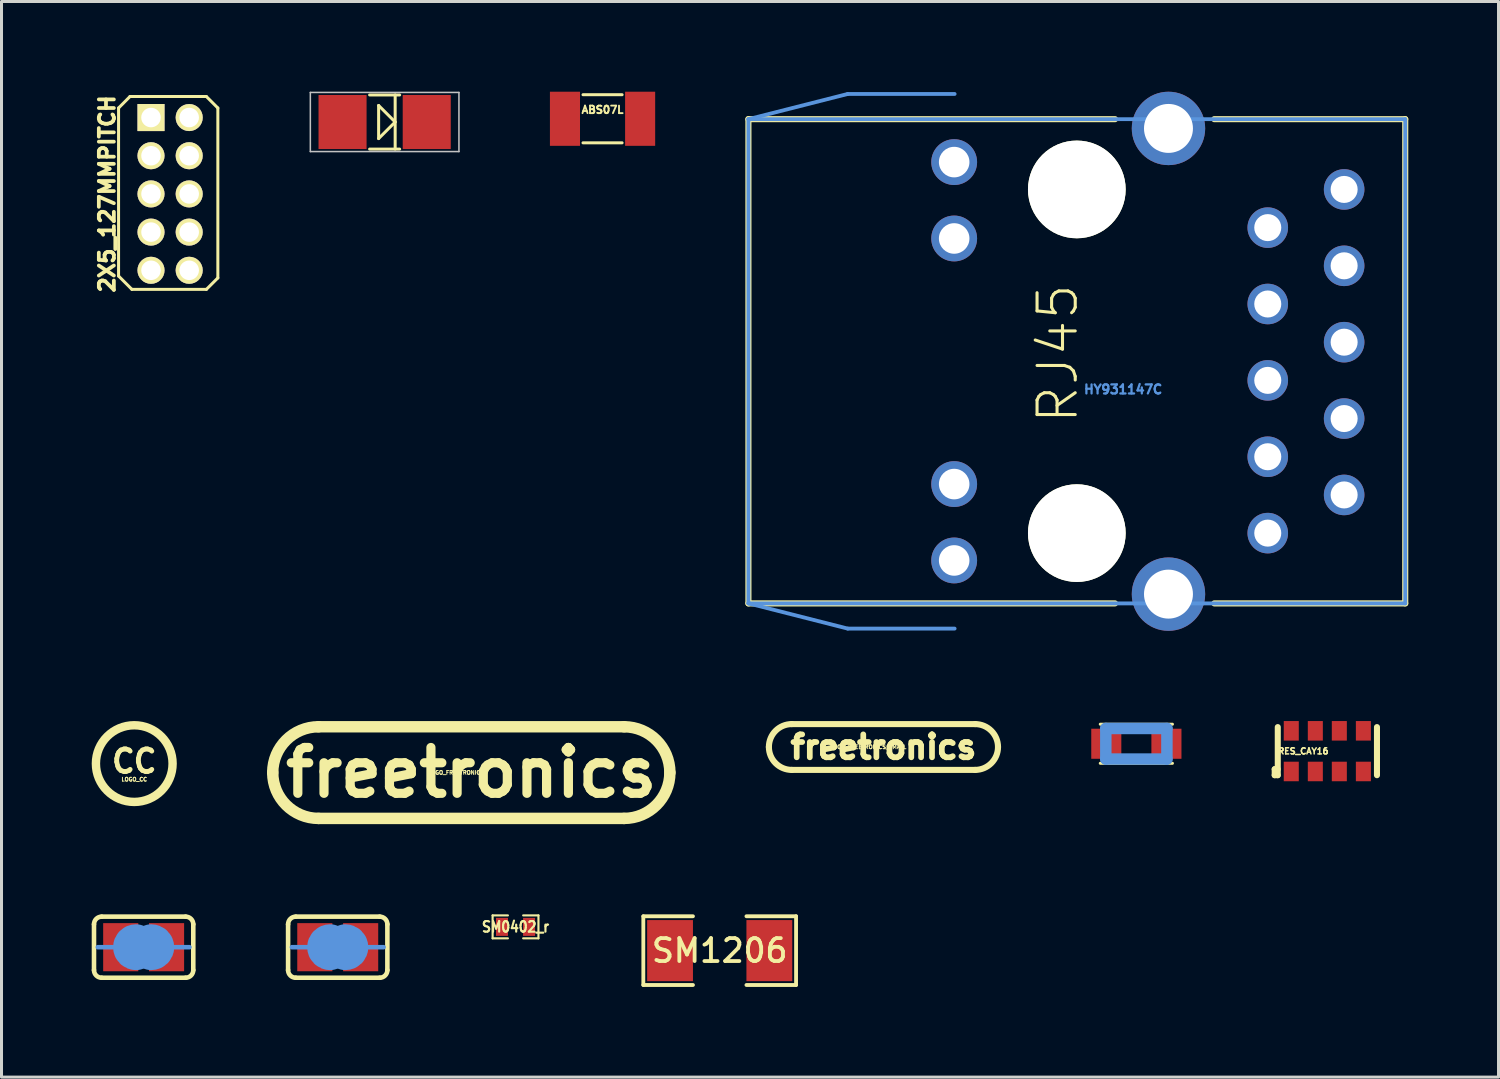
<source format=kicad_pcb>
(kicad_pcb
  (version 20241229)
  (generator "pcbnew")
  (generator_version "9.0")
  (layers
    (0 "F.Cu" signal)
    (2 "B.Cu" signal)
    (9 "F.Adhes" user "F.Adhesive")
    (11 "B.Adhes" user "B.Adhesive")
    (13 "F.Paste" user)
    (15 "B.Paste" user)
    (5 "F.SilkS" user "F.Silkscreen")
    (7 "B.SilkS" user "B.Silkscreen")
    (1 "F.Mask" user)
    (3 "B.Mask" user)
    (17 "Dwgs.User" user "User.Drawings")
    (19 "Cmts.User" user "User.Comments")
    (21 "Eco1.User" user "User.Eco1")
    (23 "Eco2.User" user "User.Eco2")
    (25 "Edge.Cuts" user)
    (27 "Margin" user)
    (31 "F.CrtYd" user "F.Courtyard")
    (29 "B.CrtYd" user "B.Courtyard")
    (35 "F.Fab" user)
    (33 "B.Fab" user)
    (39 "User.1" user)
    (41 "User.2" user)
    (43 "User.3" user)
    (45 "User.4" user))
  (footprint "SJ_SHORTED"
    (layer "F.Cu")
    (at 8.182 28.451)
    (property "Reference" "SJ_SHORTED" (at 0 -0.5 0) (layer "Eco1.User") (effects (font (size 0.254 0.254) (thickness 0.064))))
    (attr through_hole)
    (fp_line (start -0.762 0) (end 0.762 0) (stroke (width 0.381) (type solid)) (layer "F.Cu"))
    (fp_line (start -0.762 0) (end 0.762 0) (stroke (width 0.381) (type solid)) (layer "F.Mask"))
    (fp_line (start -1.651 0.762) (end -1.651 -0.762) (stroke (width 0.152) (type solid)) (layer "F.SilkS"))
    (fp_line (start -1.397 -1.016) (end 1.397 -1.016) (stroke (width 0.152) (type solid)) (layer "F.SilkS"))
    (fp_line (start 1.397 1.016) (end -1.397 1.016) (stroke (width 0.152) (type solid)) (layer "F.SilkS"))
    (fp_line (start 1.651 0.762) (end 1.651 -0.762) (stroke (width 0.152) (type solid)) (layer "F.SilkS"))
    (fp_arc (start -1.651 -0.762) (mid -1.576605 -0.941605) (end -1.397 -1.016) (stroke (width 0.1524) (type solid)) (layer "F.SilkS"))
    (fp_arc (start -1.397 1.016) (mid -1.576605 0.941605) (end -1.651 0.762) (stroke (width 0.1524) (type solid)) (layer "F.SilkS"))
    (fp_arc (start 1.397 -1.016) (mid 1.576605 -0.941605) (end 1.651 -0.762) (stroke (width 0.1524) (type solid)) (layer "F.SilkS"))
    (fp_arc (start 1.651 0.762) (mid 1.576605 0.941605) (end 1.397 1.016) (stroke (width 0.1524) (type solid)) (layer "F.SilkS"))
    (fp_line (start -1.016 0) (end -1.524 0) (stroke (width 0.152) (type solid)) (layer "Cmts.User"))
    (fp_line (start 1.016 0) (end 1.524 0) (stroke (width 0.152) (type solid)) (layer "Cmts.User"))
    (fp_arc (start -0.254 0.127) (mid -0.381 0) (end -0.254 -0.127) (stroke (width 1.27) (type solid)) (layer "Cmts.User"))
    (fp_arc (start 0.254 -0.127) (mid 0.381 0) (end 0.254 0.127) (stroke (width 1.27) (type solid)) (layer "Cmts.User"))
    (pad "1" smd rect (at -0.762 0) (size 1.168 1.6) (layers "F.Cu" "F.Mask"))
    (pad "2" smd rect (at 0.762 0) (size 1.168 1.6) (layers "F.Cu" "F.Mask")))
  (footprint "SJ_OPEN"
    (layer "F.Cu")
    (at 1.727 28.451)
    (property "Reference" "SJ_OPEN" (at 0 0.7 0) (layer "Eco1.User") (effects (font (size 0.254 0.254) (thickness 0.064))))
    (attr through_hole)
    (fp_line (start -1.651 0.762) (end -1.651 -0.762) (stroke (width 0.152) (type solid)) (layer "F.SilkS"))
    (fp_line (start -1.397 -1.016) (end 1.397 -1.016) (stroke (width 0.152) (type solid)) (layer "F.SilkS"))
    (fp_line (start 1.397 1.016) (end -1.397 1.016) (stroke (width 0.152) (type solid)) (layer "F.SilkS"))
    (fp_line (start 1.651 0.762) (end 1.651 -0.762) (stroke (width 0.152) (type solid)) (layer "F.SilkS"))
    (fp_arc (start -1.651 -0.762) (mid -1.576605 -0.941605) (end -1.397 -1.016) (stroke (width 0.1524) (type solid)) (layer "F.SilkS"))
    (fp_arc (start -1.397 1.016) (mid -1.576605 0.941605) (end -1.651 0.762) (stroke (width 0.1524) (type solid)) (layer "F.SilkS"))
    (fp_arc (start 1.397 -1.016) (mid 1.576605 -0.941605) (end 1.651 -0.762) (stroke (width 0.1524) (type solid)) (layer "F.SilkS"))
    (fp_arc (start 1.651 0.762) (mid 1.576605 0.941605) (end 1.397 1.016) (stroke (width 0.1524) (type solid)) (layer "F.SilkS"))
    (fp_line (start -1.016 0) (end -1.524 0) (stroke (width 0.152) (type solid)) (layer "Cmts.User"))
    (fp_line (start 1.016 0) (end 1.524 0) (stroke (width 0.152) (type solid)) (layer "Cmts.User"))
    (fp_arc (start -0.254 0.127) (mid -0.381 0) (end -0.254 -0.127) (stroke (width 1.27) (type solid)) (layer "Cmts.User"))
    (fp_arc (start 0.254 -0.127) (mid 0.381 0) (end 0.254 0.127) (stroke (width 1.27) (type solid)) (layer "Cmts.User"))
    (pad "1" smd rect (at -0.762 0) (size 1.168 1.6) (layers "F.Cu" "F.Mask"))
    (pad "2" smd rect (at 0.762 0) (size 1.168 1.6) (layers "F.Cu" "F.Mask")))
  (footprint "LOGO_FREETRONICS"
    (layer "F.Cu")
    (at 12.624 22.644)
    (property "Reference" "LOGO_FREETRONICS" (at -0.508 0 0) (layer "F.SilkS") (effects (font (size 0.127 0.127) (thickness 0.032))))
    (attr through_hole)
    (fp_line (start -5.08 -1.524) (end 5.08 -1.524) (stroke (width 0.381) (type solid)) (layer "F.SilkS"))
    (fp_line (start 5.08 1.524) (end -5.08 1.524) (stroke (width 0.381) (type solid)) (layer "F.SilkS"))
    (fp_arc (start -6.604 0) (mid -6.157631 -1.077631) (end -5.08 -1.524) (stroke (width 0.381) (type solid)) (layer "F.SilkS"))
    (fp_arc (start -5.08 1.524) (mid -6.157631 1.077631) (end -6.604 0) (stroke (width 0.381) (type solid)) (layer "F.SilkS"))
    (fp_arc (start 5.08 -1.524) (mid 6.157631 -1.077631) (end 6.604 0) (stroke (width 0.381) (type solid)) (layer "F.SilkS"))
    (fp_arc (start 6.604 0) (mid 6.157631 1.077631) (end 5.08 1.524) (stroke (width 0.381) (type solid)) (layer "F.SilkS"))
    (fp_text user "freetronics" (at 0 0 0) (layer "F.SilkS") (effects (font (size 1.524 1.524) (thickness 0.305)))))
  (footprint "SM0402_r"
    (layer "F.Cu")
    (at 14.095 27.775)
    (property "Reference" "SM0402_r" (at 0 0 0) (layer "F.SilkS") (effects (font (size 0.351 0.305) (thickness 0.071))))
    (attr smd)
    (fp_line (start -0.762 -0.381) (end -0.762 0.381) (stroke (width 0.071) (type solid)) (layer "F.SilkS"))
    (fp_line (start -0.762 0.381) (end -0.254 0.381) (stroke (width 0.071) (type solid)) (layer "F.SilkS"))
    (fp_line (start -0.254 -0.381) (end -0.762 -0.381) (stroke (width 0.071) (type solid)) (layer "F.SilkS"))
    (fp_line (start 0.254 -0.381) (end 0.762 -0.381) (stroke (width 0.071) (type solid)) (layer "F.SilkS"))
    (fp_line (start 0.762 -0.381) (end 0.762 0.381) (stroke (width 0.071) (type solid)) (layer "F.SilkS"))
    (fp_line (start 0.762 0.381) (end 0.254 0.381) (stroke (width 0.071) (type solid)) (layer "F.SilkS"))
    (pad "1" smd rect (at -0.45 0) (size 0.399 0.599) (layers "F.Cu" "F.Mask" "F.Paste"))
    (pad "2" smd rect (at 0.45 0) (size 0.399 0.599) (layers "F.Cu" "F.Mask" "F.Paste")))
  (footprint "LOGO_FREETRONICS_SMALL"
    (layer "F.Cu")
    (at 26.331 21.793)
    (property "Reference" "LOGO_FREETRONICS_SMALL" (at -0.508 0 0) (layer "F.SilkS") (effects (font (size 0.127 0.127) (thickness 0.032))))
    (attr through_hole)
    (fp_line (start -3.048 -0.762) (end 3.048 -0.762) (stroke (width 0.203) (type solid)) (layer "F.SilkS"))
    (fp_line (start 3.048 0.762) (end -3.048 0.762) (stroke (width 0.203) (type solid)) (layer "F.SilkS"))
    (fp_arc (start -3.81 0) (mid -3.586815 -0.538815) (end -3.048 -0.762) (stroke (width 0.2032) (type solid)) (layer "F.SilkS"))
    (fp_arc (start -3.048 0.762) (mid -3.586815 0.538815) (end -3.81 0) (stroke (width 0.2032) (type solid)) (layer "F.SilkS"))
    (fp_arc (start 3.048 -0.762) (mid 3.586815 -0.538815) (end 3.81 0) (stroke (width 0.2032) (type solid)) (layer "F.SilkS"))
    (fp_arc (start 3.81 0) (mid 3.586815 0.538815) (end 3.048 0.762) (stroke (width 0.2032) (type solid)) (layer "F.SilkS"))
    (fp_text user "freetronics" (at 0 0 0) (layer "F.SilkS") (effects (font (size 0.762 0.762) (thickness 0.191)))))
  (footprint "2X5_127MMPITCH"
    (layer "F.Cu")
    (at 1.972 5.939)
    (property "Reference" "2X5_127MMPITCH" (at -1.46 -2.54 90) (layer "F.SilkS") (effects (font (size 0.5 0.5) (thickness 0.125))))
    (attr through_hole)
    (fp_line (start -1.079 -5.397) (end -1.079 0.191) (stroke (width 0.1) (type solid)) (layer "F.SilkS"))
    (fp_line (start -0.699 -5.779) (end -1.079 -5.397) (stroke (width 0.1) (type solid)) (layer "F.SilkS"))
    (fp_line (start -0.699 -5.779) (end 1.841 -5.779) (stroke (width 0.1) (type solid)) (layer "F.SilkS"))
    (fp_line (start -0.635 0.635) (end -1.079 0.191) (stroke (width 0.1) (type solid)) (layer "F.SilkS"))
    (fp_line (start -0.635 0.635) (end 1.841 0.635) (stroke (width 0.1) (type solid)) (layer "F.SilkS"))
    (fp_line (start 1.841 0.635) (end 2.223 0.254) (stroke (width 0.1) (type solid)) (layer "F.SilkS"))
    (fp_line (start 2.223 -5.397) (end 1.841 -5.779) (stroke (width 0.1) (type solid)) (layer "F.SilkS"))
    (fp_line (start 2.223 0.254) (end 2.223 -5.397) (stroke (width 0.1) (type solid)) (layer "F.SilkS"))
    (pad "1" thru_hole rect (at 0 -5.08) (size 0.9 0.9) (drill 0.65) (layers "*.Cu" "*.Mask" "F.SilkS"))
    (pad "2" thru_hole circle (at 1.27 -5.08) (size 0.9 0.9) (drill 0.65) (layers "*.Cu" "*.Mask" "F.SilkS"))
    (pad "3" thru_hole circle (at 0 -3.81) (size 0.9 0.9) (drill 0.65) (layers "*.Cu" "*.Mask" "F.SilkS"))
    (pad "4" thru_hole circle (at 1.27 -3.81) (size 0.9 0.9) (drill 0.65) (layers "*.Cu" "*.Mask" "F.SilkS"))
    (pad "5" thru_hole circle (at 0 -2.54) (size 0.9 0.9) (drill 0.65) (layers "*.Cu" "*.Mask" "F.SilkS"))
    (pad "6" thru_hole circle (at 1.27 -2.54) (size 0.9 0.9) (drill 0.65) (layers "*.Cu" "*.Mask" "F.SilkS"))
    (pad "7" thru_hole circle (at 0 -1.27) (size 0.9 0.9) (drill 0.65) (layers "*.Cu" "*.Mask" "F.SilkS"))
    (pad "8" thru_hole circle (at 1.27 -1.27) (size 0.9 0.9) (drill 0.65) (layers "*.Cu" "*.Mask" "F.SilkS"))
    (pad "9" thru_hole circle (at 0 0) (size 0.9 0.9) (drill 0.65) (layers "*.Cu" "*.Mask" "F.SilkS"))
    (pad "10" thru_hole circle (at 1.27 0) (size 0.9 0.9) (drill 0.65) (layers "*.Cu" "*.Mask" "F.SilkS")))
  (footprint "LOGO_CC"
    (layer "F.Cu")
    (at 1.415 22.345)
    (property "Reference" "LOGO_CC" (at 0 0.525 0) (layer "F.SilkS") (effects (font (size 0.127 0.127) (thickness 0.032))))
    (attr through_hole)
    (fp_circle (center 0 0) (end 1.275 0) (stroke (width 0.28) (type solid)) (fill no) (layer "F.SilkS"))
    (fp_text user "CC" (at 0 -0.075 0) (layer "F.SilkS") (effects (font (size 0.75 0.72) (thickness 0.16)))))
  (footprint "RES_CAY16"
    (layer "F.Cu")
    (at 41.093 21.931)
    (property "Reference" "RES_CAY16" (at -0.8 0 0) (layer "F.SilkS") (effects (font (size 0.203 0.203) (thickness 0.051))))
    (attr smd)
    (fp_line (start -1.75 0.599) (end -1.651 0.599) (stroke (width 0.201) (type solid)) (layer "F.SilkS"))
    (fp_line (start -1.75 0.8) (end -1.75 0.599) (stroke (width 0.201) (type solid)) (layer "F.SilkS"))
    (fp_line (start -1.651 0.8) (end -1.75 0.8) (stroke (width 0.201) (type solid)) (layer "F.SilkS"))
    (fp_line (start -1.648 -0.8) (end -1.648 0.8) (stroke (width 0.201) (type solid)) (layer "F.SilkS"))
    (fp_line (start 1.651 -0.8) (end 1.651 0.8) (stroke (width 0.201) (type solid)) (layer "F.SilkS"))
    (pad "1" smd rect (at -1.199 0.676) (size 0.5 0.65) (layers "F.Cu" "F.Mask" "F.Paste"))
    (pad "2" smd rect (at -1.199 -0.676) (size 0.5 0.65) (layers "F.Cu" "F.Mask" "F.Paste"))
    (pad "3" smd rect (at -0.399 0.676) (size 0.5 0.65) (layers "F.Cu" "F.Mask" "F.Paste"))
    (pad "4" smd rect (at -0.399 -0.676) (size 0.5 0.65) (layers "F.Cu" "F.Mask" "F.Paste"))
    (pad "5" smd rect (at 0.399 0.676) (size 0.5 0.65) (layers "F.Cu" "F.Mask" "F.Paste"))
    (pad "6" smd rect (at 0.399 -0.676) (size 0.5 0.65) (layers "F.Cu" "F.Mask" "F.Paste"))
    (pad "7" smd rect (at 1.199 0.676) (size 0.5 0.65) (layers "F.Cu" "F.Mask" "F.Paste"))
    (pad "8" smd rect (at 1.199 -0.676) (size 0.5 0.65) (layers "F.Cu" "F.Mask" "F.Paste")))
  (footprint "HY931147C"
    (layer "F.Cu")
    (at 32.762 8.965)
    (property "Reference" "HY931147C" (at 1.54 0.935 0) (layer "Cmts.User") (effects (font (size 0.3 0.3) (thickness 0.075))))
    (attr through_hole)
    (fp_line (start -10.922 -8.052) (end -10.922 8.052) (stroke (width 0.203) (type solid)) (layer "F.SilkS"))
    (fp_line (start -10.922 -8.052) (end 1.27 -8.052) (stroke (width 0.203) (type solid)) (layer "F.SilkS"))
    (fp_line (start -10.922 8.052) (end 1.27 8.052) (stroke (width 0.203) (type solid)) (layer "F.SilkS"))
    (fp_line (start 4.572 -8.052) (end 10.922 -8.052) (stroke (width 0.203) (type solid)) (layer "F.SilkS"))
    (fp_line (start 4.572 8.052) (end 10.922 8.052) (stroke (width 0.203) (type solid)) (layer "F.SilkS"))
    (fp_line (start 10.922 -8.052) (end 10.922 8.052) (stroke (width 0.203) (type solid)) (layer "F.SilkS"))
    (fp_line (start -10.922 -8.052) (end -10.922 8.052) (stroke (width 0.127) (type solid)) (layer "Cmts.User"))
    (fp_line (start -10.922 -8.052) (end 10.922 -8.052) (stroke (width 0.127) (type solid)) (layer "Cmts.User"))
    (fp_line (start -10.922 8.052) (end 10.922 8.052) (stroke (width 0.127) (type solid)) (layer "Cmts.User"))
    (fp_line (start -7.62 -8.89) (end -10.922 -8.052) (stroke (width 0.127) (type solid)) (layer "Cmts.User"))
    (fp_line (start -7.62 -8.89) (end -4.064 -8.89) (stroke (width 0.127) (type solid)) (layer "Cmts.User"))
    (fp_line (start -7.62 8.89) (end -10.922 8.052) (stroke (width 0.127) (type solid)) (layer "Cmts.User"))
    (fp_line (start -7.62 8.89) (end -4.064 8.89) (stroke (width 0.127) (type solid)) (layer "Cmts.User"))
    (fp_line (start 10.922 -8.052) (end 10.922 8.052) (stroke (width 0.127) (type solid)) (layer "Cmts.User"))
    (fp_text user "RJ45" (at -0.635 -0.254 90) (layer "F.SilkS") (effects (font (size 1.27 1.27) (thickness 0.102))))
    (pad "" np_thru_hole circle (at 0 -5.715) (size 3.249 3.249) (drill 3.249) (layers "*.Cu" "*.Mask" "F.SilkS"))
    (pad "" np_thru_hole circle (at 0 5.715) (size 3.249 3.249) (drill 3.249) (layers "*.Cu" "*.Mask" "F.SilkS"))
    (pad "1" thru_hole oval (at 8.89 -5.715) (size 1.349 1.349) (drill 0.899) (layers "*.Cu" "*.Mask"))
    (pad "2" thru_hole oval (at 6.35 -4.445) (size 1.349 1.349) (drill 0.899) (layers "*.Cu" "*.Mask"))
    (pad "3" thru_hole oval (at 8.89 -3.175) (size 1.349 1.349) (drill 0.899) (layers "*.Cu" "*.Mask"))
    (pad "4" thru_hole oval (at 6.35 -1.905) (size 1.349 1.349) (drill 0.899) (layers "*.Cu" "*.Mask"))
    (pad "5" thru_hole oval (at 8.89 -0.635) (size 1.349 1.349) (drill 0.899) (layers "*.Cu" "*.Mask"))
    (pad "6" thru_hole oval (at 6.35 0.635) (size 1.349 1.349) (drill 0.899) (layers "*.Cu" "*.Mask"))
    (pad "7" thru_hole oval (at 8.89 1.905) (size 1.349 1.349) (drill 0.899) (layers "*.Cu" "*.Mask"))
    (pad "8" thru_hole oval (at 6.35 3.175) (size 1.349 1.349) (drill 0.899) (layers "*.Cu" "*.Mask"))
    (pad "9" thru_hole oval (at 8.89 4.445) (size 1.349 1.349) (drill 0.899) (layers "*.Cu" "*.Mask"))
    (pad "10" thru_hole oval (at 6.35 5.715) (size 1.349 1.349) (drill 0.899) (layers "*.Cu" "*.Mask"))
    (pad "11" thru_hole oval (at -4.079 -6.624) (size 1.524 1.524) (drill 1.016) (layers "*.Cu" "*.Mask"))
    (pad "12" thru_hole oval (at -4.079 -4.084) (size 1.524 1.524) (drill 1.016) (layers "*.Cu" "*.Mask"))
    (pad "13" thru_hole oval (at -4.079 4.084) (size 1.524 1.524) (drill 1.016) (layers "*.Cu" "*.Mask"))
    (pad "14" thru_hole oval (at -4.079 6.624) (size 1.524 1.524) (drill 1.016) (layers "*.Cu" "*.Mask"))
    (pad "GND1" thru_hole oval (at 3.048 -7.744) (size 2.441 2.441) (drill 1.628) (layers "*.Cu" "*.Mask"))
    (pad "GND2" thru_hole oval (at 3.048 7.744) (size 2.441 2.441) (drill 1.628) (layers "*.Cu" "*.Mask")))
  (footprint "1206_DIODE"
    (layer "F.Cu")
    (at 9.742 1.008)
    (property "Reference" "1206_DIODE" (at -0.1 -0.55 0) (layer "Eco1.User") (effects (font (size 0.203 0.203) (thickness 0.03))))
    (attr through_hole)
    (fp_line (start -0.5 -0.9) (end 0.5 -0.9) (stroke (width 0.1) (type solid)) (layer "F.SilkS"))
    (fp_line (start -0.5 0.9) (end 0.5 0.9) (stroke (width 0.1) (type solid)) (layer "F.SilkS"))
    (fp_line (start -0.2 -0.55) (end -0.2 0.55) (stroke (width 0.1) (type solid)) (layer "F.SilkS"))
    (fp_line (start -0.2 0.55) (end 0.35 0) (stroke (width 0.1) (type solid)) (layer "F.SilkS"))
    (fp_line (start 0.35 -0.9) (end 0.35 0.9) (stroke (width 0.1) (type solid)) (layer "F.SilkS"))
    (fp_line (start 0.35 0) (end -0.2 -0.55) (stroke (width 0.1) (type solid)) (layer "F.SilkS"))
    (fp_line (start -2.471 -0.983) (end 2.471 -0.983) (stroke (width 0.051) (type solid)) (layer "Dwgs.User"))
    (fp_line (start -2.471 0.983) (end -2.471 -0.983) (stroke (width 0.051) (type solid)) (layer "Dwgs.User"))
    (fp_line (start 2.471 -0.983) (end 2.471 0.983) (stroke (width 0.051) (type solid)) (layer "Dwgs.User"))
    (fp_line (start 2.471 0.983) (end -2.471 0.983) (stroke (width 0.051) (type solid)) (layer "Dwgs.User"))
    (pad "A" smd rect (at -1.4 0) (size 1.598 1.798) (layers "F.Cu" "F.Mask" "F.Paste"))
    (pad "K" smd rect (at 1.4 0) (size 1.598 1.798) (layers "F.Cu" "F.Mask" "F.Paste")))
  (footprint "SM1206"
    (layer "F.Cu")
    (at 20.885 28.565)
    (property "Reference" "SM1206" (at 0 0 0) (layer "F.SilkS") (effects (font (size 0.762 0.762) (thickness 0.127))))
    (attr smd)
    (fp_line (start -2.54 -1.143) (end -2.54 1.143) (stroke (width 0.127) (type solid)) (layer "F.SilkS"))
    (fp_line (start -2.54 1.143) (end -0.889 1.143) (stroke (width 0.127) (type solid)) (layer "F.SilkS"))
    (fp_line (start -0.889 -1.143) (end -2.54 -1.143) (stroke (width 0.127) (type solid)) (layer "F.SilkS"))
    (fp_line (start 0.889 -1.143) (end 2.54 -1.143) (stroke (width 0.127) (type solid)) (layer "F.SilkS"))
    (fp_line (start 2.54 -1.143) (end 2.54 1.143) (stroke (width 0.127) (type solid)) (layer "F.SilkS"))
    (fp_line (start 2.54 1.143) (end 0.889 1.143) (stroke (width 0.127) (type solid)) (layer "F.SilkS"))
    (pad "1" smd rect (at -1.651 0) (size 1.524 2.032) (layers "F.Cu" "F.Mask" "F.Paste"))
    (pad "2" smd rect (at 1.651 0) (size 1.524 2.032) (layers "F.Cu" "F.Mask" "F.Paste")))
  (footprint "ABS07L"
    (layer "F.Cu")
    (at 16.989 0.9)
    (property "Reference" "ABS07L" (at 0 -0.3 0) (layer "F.SilkS") (effects (font (size 0.25 0.25) (thickness 0.062))))
    (attr through_hole)
    (fp_line (start -0.65 -0.8) (end 0.65 -0.8) (stroke (width 0.1) (type solid)) (layer "F.SilkS"))
    (fp_line (start 0.65 0.8) (end -0.65 0.8) (stroke (width 0.1) (type solid)) (layer "F.SilkS"))
    (pad "1" smd rect (at -1.25 0) (size 1 1.8) (layers "F.Cu" "F.Mask" "F.Paste"))
    (pad "2" smd rect (at 1.25 0) (size 1 1.8) (layers "F.Cu" "F.Mask" "F.Paste")))
  (footprint "MH2029"
    (layer "F.Cu")
    (at 34.742 21.685)
    (property "Reference" "MH2029" (at -0.05 -0.55 0) (layer "F.SilkS") (effects (font (size 0.2 0.2) (thickness 0.05))))
    (attr through_hole)
    (fp_line (start -1.2 -0.65) (end 1.2 -0.65) (stroke (width 0.1) (type solid)) (layer "F.SilkS"))
    (fp_line (start 1.2 0.65) (end -1.2 0.65) (stroke (width 0.1) (type solid)) (layer "F.SilkS"))
    (fp_line (start -1.016 -0.508) (end 1.016 -0.508) (stroke (width 0.381) (type solid)) (layer "Cmts.User"))
    (fp_line (start -1.016 0.508) (end -1.016 -0.508) (stroke (width 0.381) (type solid)) (layer "Cmts.User"))
    (fp_line (start 1.016 -0.508) (end 1.016 0.508) (stroke (width 0.381) (type solid)) (layer "Cmts.User"))
    (fp_line (start 1.016 0.508) (end -1.016 0.508) (stroke (width 0.381) (type solid)) (layer "Cmts.User"))
    (pad "1" smd rect (at -1 0) (size 1 1) (layers "F.Cu" "F.Mask" "F.Paste"))
    (pad "2" smd rect (at 1 0) (size 1 1) (layers "F.Cu" "F.Mask" "F.Paste")))
  (gr_rect
    (start -3 -3)
    (end 46.786 32.772)
    (stroke (width 0.1) (type default))
    (fill no)
    (layer "Edge.Cuts")))
</source>
